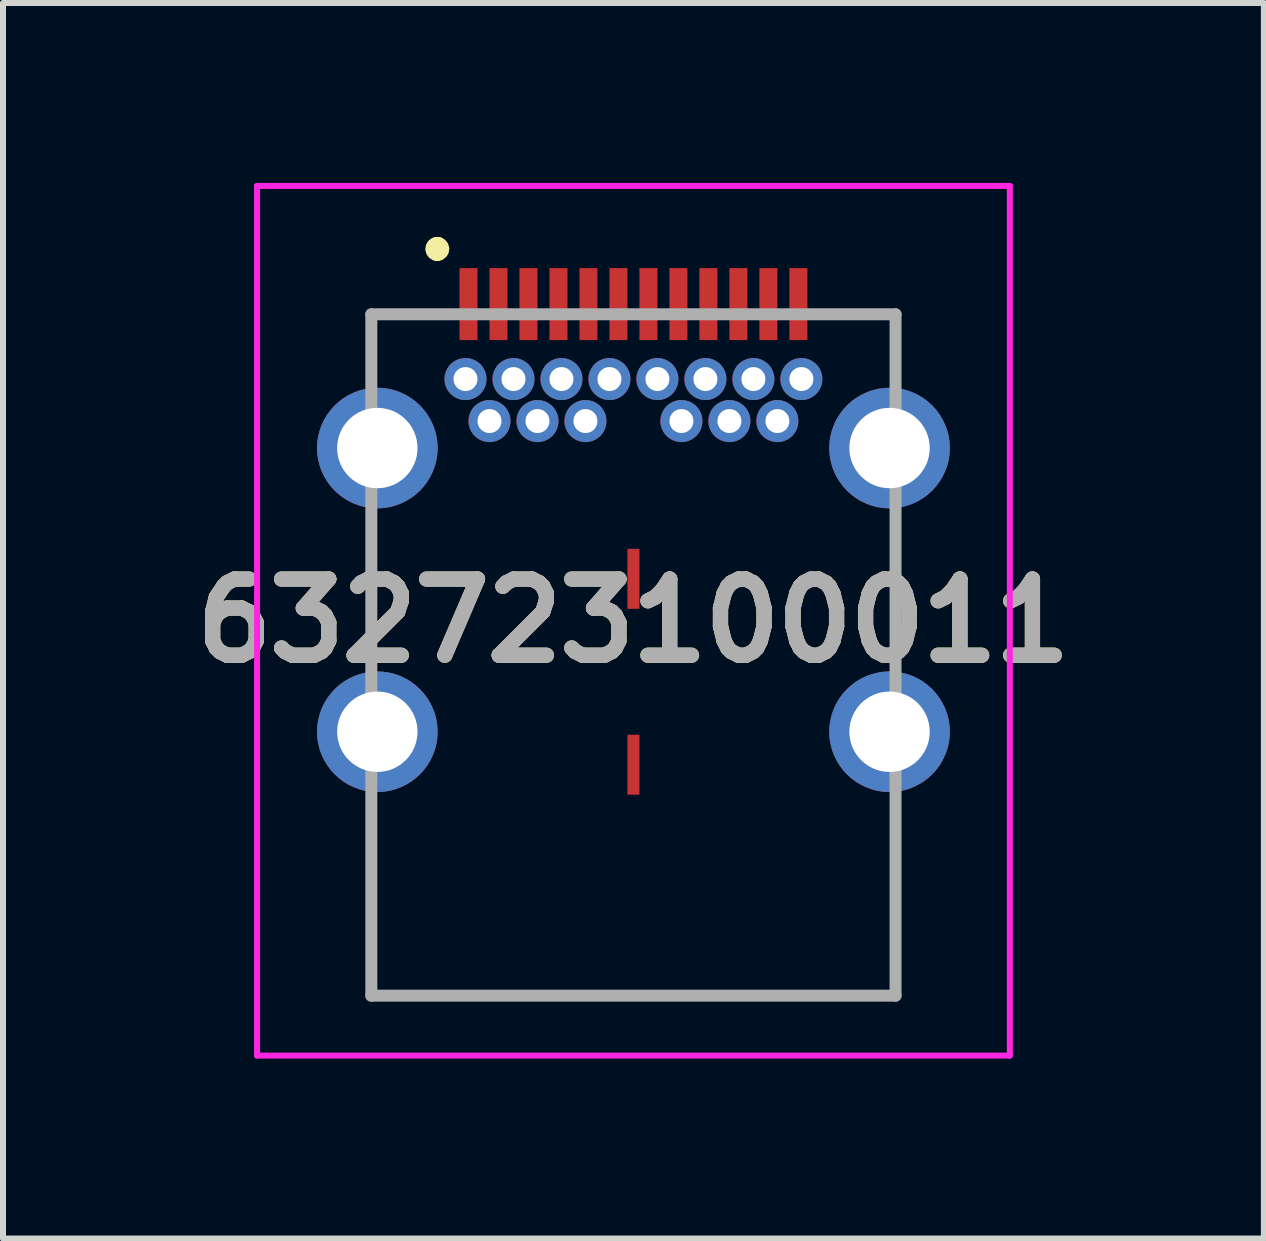
<source format=kicad_pcb>
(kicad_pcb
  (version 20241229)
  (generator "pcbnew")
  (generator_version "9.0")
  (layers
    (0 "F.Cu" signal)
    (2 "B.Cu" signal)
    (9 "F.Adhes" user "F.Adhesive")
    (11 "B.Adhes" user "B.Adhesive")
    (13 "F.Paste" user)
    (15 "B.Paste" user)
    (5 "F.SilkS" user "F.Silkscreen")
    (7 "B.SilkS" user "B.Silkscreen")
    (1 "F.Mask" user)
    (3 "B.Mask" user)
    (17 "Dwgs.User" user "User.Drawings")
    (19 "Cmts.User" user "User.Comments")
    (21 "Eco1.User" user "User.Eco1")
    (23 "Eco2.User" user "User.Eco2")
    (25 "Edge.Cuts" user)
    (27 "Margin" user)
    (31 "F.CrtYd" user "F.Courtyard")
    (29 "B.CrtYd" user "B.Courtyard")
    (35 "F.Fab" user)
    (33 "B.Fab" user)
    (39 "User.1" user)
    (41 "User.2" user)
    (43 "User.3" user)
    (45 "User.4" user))
  (footprint "632723100011"
    (layer "F.Cu")
    (at 7.511 7.3)
    (property "Reference" "632723100011" (at 0 0 0) (layer "F.SilkS") (effects (font (size 1.27 1.27) (thickness 0.254))))
    (attr through_hole)
    (fp_line (start -4.37 -5.11) (end -4.37 -4.15) (stroke (width 0.1) (type solid)) (layer "F.SilkS"))
    (fp_line (start -4.37 3.35) (end -4.37 6.25) (stroke (width 0.1) (type solid)) (layer "F.SilkS"))
    (fp_line (start -4.37 6.25) (end 4.37 6.25) (stroke (width 0.1) (type solid)) (layer "F.SilkS"))
    (fp_line (start -3.27 -6.25) (end -3.27 -6.25) (stroke (width 0.3) (type solid)) (layer "F.SilkS"))
    (fp_line (start -3.27 -6.15) (end -3.27 -6.15) (stroke (width 0.3) (type solid)) (layer "F.SilkS"))
    (fp_line (start -3.27 -5.11) (end -4.37 -5.11) (stroke (width 0.1) (type solid)) (layer "F.SilkS"))
    (fp_line (start 3.23 -5.15) (end 4.37 -5.11) (stroke (width 0.1) (type solid)) (layer "F.SilkS"))
    (fp_line (start 4.37 -5.11) (end 4.37 -4.15) (stroke (width 0.1) (type solid)) (layer "F.SilkS"))
    (fp_line (start 4.37 6.25) (end 4.37 3.35) (stroke (width 0.1) (type solid)) (layer "F.SilkS"))
    (fp_arc (start -3.27 -6.25) (mid -3.22 -6.2) (end -3.27 -6.15) (stroke (width 0.3) (type solid)) (layer "F.SilkS"))
    (fp_arc (start -3.27 -6.15) (mid -3.32 -6.2) (end -3.27 -6.25) (stroke (width 0.3) (type solid)) (layer "F.SilkS"))
    (fp_line (start -6.275 -7.25) (end 6.275 -7.25) (stroke (width 0.1) (type solid)) (layer "F.CrtYd"))
    (fp_line (start -6.275 7.25) (end -6.275 -7.25) (stroke (width 0.1) (type solid)) (layer "F.CrtYd"))
    (fp_line (start 6.275 -7.25) (end 6.275 7.25) (stroke (width 0.1) (type solid)) (layer "F.CrtYd"))
    (fp_line (start 6.275 7.25) (end -6.275 7.25) (stroke (width 0.1) (type solid)) (layer "F.CrtYd"))
    (fp_line (start -4.37 -5.11) (end 4.37 -5.11) (stroke (width 0.2) (type solid)) (layer "F.Fab"))
    (fp_line (start -4.37 6.25) (end -4.37 -5.11) (stroke (width 0.2) (type solid)) (layer "F.Fab"))
    (fp_line (start 4.37 -5.11) (end 4.37 6.25) (stroke (width 0.2) (type solid)) (layer "F.Fab"))
    (fp_line (start 4.37 6.25) (end -4.37 6.25) (stroke (width 0.2) (type solid)) (layer "F.Fab"))
    (fp_text user "${REFERENCE}" (at 0 0 0) (layer "F.Fab") (effects (font (size 1.27 1.27) (thickness 0.254))))
    (pad "A1" smd rect (at -2.75 -5.28) (size 0.3 1.2) (layers "F.Cu" "F.Mask" "F.Paste"))
    (pad "A2" smd rect (at -2.25 -5.28) (size 0.3 1.2) (layers "F.Cu" "F.Mask" "F.Paste"))
    (pad "A3" smd rect (at -1.75 -5.28) (size 0.3 1.2) (layers "F.Cu" "F.Mask" "F.Paste"))
    (pad "A4" smd rect (at -1.25 -5.28) (size 0.3 1.2) (layers "F.Cu" "F.Mask" "F.Paste"))
    (pad "A5" smd rect (at -0.75 -5.28) (size 0.3 1.2) (layers "F.Cu" "F.Mask" "F.Paste"))
    (pad "A6" smd rect (at -0.25 -5.28) (size 0.3 1.2) (layers "F.Cu" "F.Mask" "F.Paste"))
    (pad "A7" smd rect (at 0.25 -5.28) (size 0.3 1.2) (layers "F.Cu" "F.Mask" "F.Paste"))
    (pad "A8" smd rect (at 0.75 -5.28) (size 0.3 1.2) (layers "F.Cu" "F.Mask" "F.Paste"))
    (pad "A9" smd rect (at 1.25 -5.28) (size 0.3 1.2) (layers "F.Cu" "F.Mask" "F.Paste"))
    (pad "A10" smd rect (at 1.75 -5.28) (size 0.3 1.2) (layers "F.Cu" "F.Mask" "F.Paste"))
    (pad "A11" smd rect (at 2.25 -5.28) (size 0.3 1.2) (layers "F.Cu" "F.Mask" "F.Paste"))
    (pad "A12" smd rect (at 2.75 -5.28) (size 0.3 1.2) (layers "F.Cu" "F.Mask" "F.Paste"))
    (pad "B1" thru_hole circle (at 2.8 -4.03) (size 0.7 0.7) (drill 0.4) (layers "*.Cu" "*.Mask"))
    (pad "B2" thru_hole circle (at 2.4 -3.33) (size 0.7 0.7) (drill 0.4) (layers "*.Cu" "*.Mask"))
    (pad "B3" thru_hole circle (at 1.6 -3.33) (size 0.7 0.7) (drill 0.4) (layers "*.Cu" "*.Mask"))
    (pad "B4" thru_hole circle (at 1.2 -4.03) (size 0.7 0.7) (drill 0.4) (layers "*.Cu" "*.Mask"))
    (pad "B5" thru_hole circle (at 0.8 -3.33) (size 0.7 0.7) (drill 0.4) (layers "*.Cu" "*.Mask"))
    (pad "B6" thru_hole circle (at 0.4 -4.03) (size 0.7 0.7) (drill 0.4) (layers "*.Cu" "*.Mask"))
    (pad "B7" thru_hole circle (at -0.4 -4.03) (size 0.7 0.7) (drill 0.4) (layers "*.Cu" "*.Mask"))
    (pad "B8" thru_hole circle (at -0.8 -3.33) (size 0.7 0.7) (drill 0.4) (layers "*.Cu" "*.Mask"))
    (pad "B9" thru_hole circle (at -1.2 -4.03) (size 0.7 0.7) (drill 0.4) (layers "*.Cu" "*.Mask"))
    (pad "B10" thru_hole circle (at -1.6 -3.33) (size 0.7 0.7) (drill 0.4) (layers "*.Cu" "*.Mask"))
    (pad "B11" thru_hole circle (at -2.4 -3.33) (size 0.7 0.7) (drill 0.4) (layers "*.Cu" "*.Mask"))
    (pad "B12" thru_hole circle (at -2.8 -4.03) (size 0.7 0.7) (drill 0.4) (layers "*.Cu" "*.Mask"))
    (pad "G1" thru_hole circle (at -2 -4.03) (size 0.7 0.7) (drill 0.4) (layers "*.Cu" "*.Mask"))
    (pad "G2" thru_hole circle (at 2 -4.03) (size 0.7 0.7) (drill 0.4) (layers "*.Cu" "*.Mask"))
    (pad "MH1" thru_hole circle (at -4.27 -2.88) (size 2.01 2.01) (drill 1.34) (layers "*.Cu" "*.Mask"))
    (pad "MH2" thru_hole circle (at 4.27 -2.88) (size 2.01 2.01) (drill 1.34) (layers "*.Cu" "*.Mask"))
    (pad "MH3" thru_hole circle (at -4.27 1.85) (size 2.01 2.01) (drill 1.34) (layers "*.Cu" "*.Mask"))
    (pad "MH4" thru_hole circle (at 4.27 1.85) (size 2.01 2.01) (drill 1.34) (layers "*.Cu" "*.Mask"))
    (pad "MP1" smd rect (at 0 -0.7) (size 0.2 1) (layers "F.Cu" "F.Mask" "F.Paste"))
    (pad "MP2" smd rect (at 0 2.4) (size 0.2 1) (layers "F.Cu" "F.Mask" "F.Paste")))
  (gr_rect
    (start -3 -3)
    (end 18.022 17.6)
    (stroke (width 0.1) (type default))
    (fill no)
    (layer "Edge.Cuts")))
</source>
